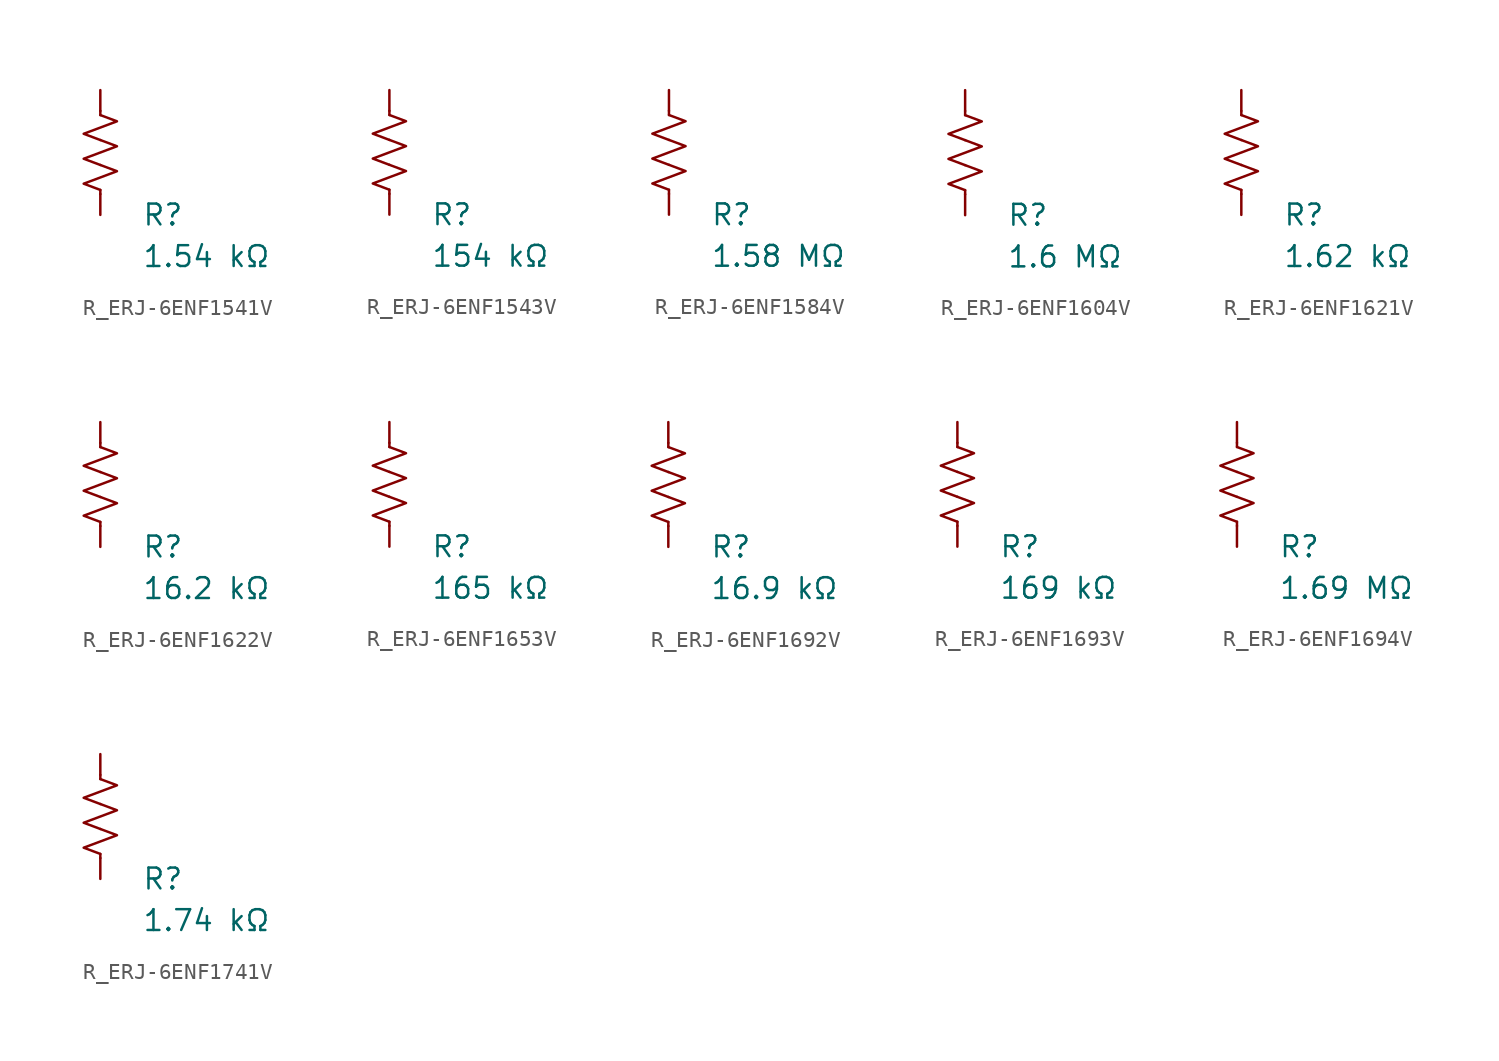
<source format=kicad_sym>
(kicad_symbol_lib
  (version 20231120)
  (generator "kicad_symbol_editor")
  (generator_version "8.0")
  (symbol "R_ERJ-6ENF1541V"
    (pin_numbers hide)
    (pin_names
      (offset 0))
    (property "Reference" "R"
      (at 2.54 -3.81 0)
      (effects (font (size 1.27 1.27)) (justify left))
      (show_name no))
    (property "Value" "1.54 kΩ"
      (at 2.54 -6.35 0)
      (effects (font (size 1.27 1.27)) (justify left))
      (show_name no))
    (symbol "R_ERJ-6ENF1541V_0_1"
      (polyline (pts (xy 0 -2.286) (xy 0 -2.54)) (stroke (width 0) (type default)) (fill (type none)))
      (polyline (pts (xy 0 2.286) (xy 0 2.54)) (stroke (width 0) (type default)) (fill (type none)))
      (polyline (pts (xy 0 -0.762) (xy 1.016 -1.143) (xy 0 -1.524) (xy -1.016 -1.905) (xy 0 -2.286)) (stroke (width 0) (type default)) (fill (type none)))
      (polyline (pts (xy 0 0.762) (xy 1.016 0.381) (xy 0 0) (xy -1.016 -0.381) (xy 0 -0.762)) (stroke (width 0) (type default)) (fill (type none)))
      (polyline (pts (xy 0 2.286) (xy 1.016 1.905) (xy 0 1.524) (xy -1.016 1.143) (xy 0 0.762)) (stroke (width 0) (type default)) (fill (type none))))
    (symbol "R_ERJ-6ENF1541V_1_1"
      (pin passive line (at 0 3.81 270) (length 1.27) (name "~" (effects (font (size 1.27 1.27)))) (number "1" (effects (font (size 1.27 1.27)))))
      (pin passive line (at 0 -3.81 90) (length 1.27) (name "~" (effects (font (size 1.27 1.27)))) (number "2" (effects (font (size 1.27 1.27)))))))
  (symbol "R_ERJ-6ENF1543V"
    (pin_numbers hide)
    (pin_names
      (offset 0))
    (property "Reference" "R"
      (at 2.54 -3.81 0)
      (effects (font (size 1.27 1.27)) (justify left))
      (show_name no))
    (property "Value" "154 kΩ"
      (at 2.54 -6.35 0)
      (effects (font (size 1.27 1.27)) (justify left))
      (show_name no))
    (symbol "R_ERJ-6ENF1543V_0_1"
      (polyline (pts (xy 0 -2.286) (xy 0 -2.54)) (stroke (width 0) (type default)) (fill (type none)))
      (polyline (pts (xy 0 2.286) (xy 0 2.54)) (stroke (width 0) (type default)) (fill (type none)))
      (polyline (pts (xy 0 -0.762) (xy 1.016 -1.143) (xy 0 -1.524) (xy -1.016 -1.905) (xy 0 -2.286)) (stroke (width 0) (type default)) (fill (type none)))
      (polyline (pts (xy 0 0.762) (xy 1.016 0.381) (xy 0 0) (xy -1.016 -0.381) (xy 0 -0.762)) (stroke (width 0) (type default)) (fill (type none)))
      (polyline (pts (xy 0 2.286) (xy 1.016 1.905) (xy 0 1.524) (xy -1.016 1.143) (xy 0 0.762)) (stroke (width 0) (type default)) (fill (type none))))
    (symbol "R_ERJ-6ENF1543V_1_1"
      (pin passive line (at 0 3.81 270) (length 1.27) (name "~" (effects (font (size 1.27 1.27)))) (number "1" (effects (font (size 1.27 1.27)))))
      (pin passive line (at 0 -3.81 90) (length 1.27) (name "~" (effects (font (size 1.27 1.27)))) (number "2" (effects (font (size 1.27 1.27)))))))
  (symbol "R_ERJ-6ENF1584V"
    (pin_numbers hide)
    (pin_names
      (offset 0))
    (property "Reference" "R"
      (at 2.54 -3.81 0)
      (effects (font (size 1.27 1.27)) (justify left))
      (show_name no))
    (property "Value" "1.58 MΩ"
      (at 2.54 -6.35 0)
      (effects (font (size 1.27 1.27)) (justify left))
      (show_name no))
    (symbol "R_ERJ-6ENF1584V_0_1"
      (polyline (pts (xy 0 -2.286) (xy 0 -2.54)) (stroke (width 0) (type default)) (fill (type none)))
      (polyline (pts (xy 0 2.286) (xy 0 2.54)) (stroke (width 0) (type default)) (fill (type none)))
      (polyline (pts (xy 0 -0.762) (xy 1.016 -1.143) (xy 0 -1.524) (xy -1.016 -1.905) (xy 0 -2.286)) (stroke (width 0) (type default)) (fill (type none)))
      (polyline (pts (xy 0 0.762) (xy 1.016 0.381) (xy 0 0) (xy -1.016 -0.381) (xy 0 -0.762)) (stroke (width 0) (type default)) (fill (type none)))
      (polyline (pts (xy 0 2.286) (xy 1.016 1.905) (xy 0 1.524) (xy -1.016 1.143) (xy 0 0.762)) (stroke (width 0) (type default)) (fill (type none))))
    (symbol "R_ERJ-6ENF1584V_1_1"
      (pin passive line (at 0 3.81 270) (length 1.27) (name "~" (effects (font (size 1.27 1.27)))) (number "1" (effects (font (size 1.27 1.27)))))
      (pin passive line (at 0 -3.81 90) (length 1.27) (name "~" (effects (font (size 1.27 1.27)))) (number "2" (effects (font (size 1.27 1.27)))))))
  (symbol "R_ERJ-6ENF1604V"
    (pin_numbers hide)
    (pin_names
      (offset 0))
    (property "Reference" "R"
      (at 2.54 -3.81 0)
      (effects (font (size 1.27 1.27)) (justify left))
      (show_name no))
    (property "Value" "1.6 MΩ"
      (at 2.54 -6.35 0)
      (effects (font (size 1.27 1.27)) (justify left))
      (show_name no))
    (symbol "R_ERJ-6ENF1604V_0_1"
      (polyline (pts (xy 0 -2.286) (xy 0 -2.54)) (stroke (width 0) (type default)) (fill (type none)))
      (polyline (pts (xy 0 2.286) (xy 0 2.54)) (stroke (width 0) (type default)) (fill (type none)))
      (polyline (pts (xy 0 -0.762) (xy 1.016 -1.143) (xy 0 -1.524) (xy -1.016 -1.905) (xy 0 -2.286)) (stroke (width 0) (type default)) (fill (type none)))
      (polyline (pts (xy 0 0.762) (xy 1.016 0.381) (xy 0 0) (xy -1.016 -0.381) (xy 0 -0.762)) (stroke (width 0) (type default)) (fill (type none)))
      (polyline (pts (xy 0 2.286) (xy 1.016 1.905) (xy 0 1.524) (xy -1.016 1.143) (xy 0 0.762)) (stroke (width 0) (type default)) (fill (type none))))
    (symbol "R_ERJ-6ENF1604V_1_1"
      (pin passive line (at 0 3.81 270) (length 1.27) (name "~" (effects (font (size 1.27 1.27)))) (number "1" (effects (font (size 1.27 1.27)))))
      (pin passive line (at 0 -3.81 90) (length 1.27) (name "~" (effects (font (size 1.27 1.27)))) (number "2" (effects (font (size 1.27 1.27)))))))
  (symbol "R_ERJ-6ENF1621V"
    (pin_numbers hide)
    (pin_names
      (offset 0))
    (property "Reference" "R"
      (at 2.54 -3.81 0)
      (effects (font (size 1.27 1.27)) (justify left))
      (show_name no))
    (property "Value" "1.62 kΩ"
      (at 2.54 -6.35 0)
      (effects (font (size 1.27 1.27)) (justify left))
      (show_name no))
    (symbol "R_ERJ-6ENF1621V_0_1"
      (polyline (pts (xy 0 -2.286) (xy 0 -2.54)) (stroke (width 0) (type default)) (fill (type none)))
      (polyline (pts (xy 0 2.286) (xy 0 2.54)) (stroke (width 0) (type default)) (fill (type none)))
      (polyline (pts (xy 0 -0.762) (xy 1.016 -1.143) (xy 0 -1.524) (xy -1.016 -1.905) (xy 0 -2.286)) (stroke (width 0) (type default)) (fill (type none)))
      (polyline (pts (xy 0 0.762) (xy 1.016 0.381) (xy 0 0) (xy -1.016 -0.381) (xy 0 -0.762)) (stroke (width 0) (type default)) (fill (type none)))
      (polyline (pts (xy 0 2.286) (xy 1.016 1.905) (xy 0 1.524) (xy -1.016 1.143) (xy 0 0.762)) (stroke (width 0) (type default)) (fill (type none))))
    (symbol "R_ERJ-6ENF1621V_1_1"
      (pin passive line (at 0 3.81 270) (length 1.27) (name "~" (effects (font (size 1.27 1.27)))) (number "1" (effects (font (size 1.27 1.27)))))
      (pin passive line (at 0 -3.81 90) (length 1.27) (name "~" (effects (font (size 1.27 1.27)))) (number "2" (effects (font (size 1.27 1.27)))))))
  (symbol "R_ERJ-6ENF1622V"
    (pin_numbers hide)
    (pin_names
      (offset 0))
    (property "Reference" "R"
      (at 2.54 -3.81 0)
      (effects (font (size 1.27 1.27)) (justify left))
      (show_name no))
    (property "Value" "16.2 kΩ"
      (at 2.54 -6.35 0)
      (effects (font (size 1.27 1.27)) (justify left))
      (show_name no))
    (symbol "R_ERJ-6ENF1622V_0_1"
      (polyline (pts (xy 0 -2.286) (xy 0 -2.54)) (stroke (width 0) (type default)) (fill (type none)))
      (polyline (pts (xy 0 2.286) (xy 0 2.54)) (stroke (width 0) (type default)) (fill (type none)))
      (polyline (pts (xy 0 -0.762) (xy 1.016 -1.143) (xy 0 -1.524) (xy -1.016 -1.905) (xy 0 -2.286)) (stroke (width 0) (type default)) (fill (type none)))
      (polyline (pts (xy 0 0.762) (xy 1.016 0.381) (xy 0 0) (xy -1.016 -0.381) (xy 0 -0.762)) (stroke (width 0) (type default)) (fill (type none)))
      (polyline (pts (xy 0 2.286) (xy 1.016 1.905) (xy 0 1.524) (xy -1.016 1.143) (xy 0 0.762)) (stroke (width 0) (type default)) (fill (type none))))
    (symbol "R_ERJ-6ENF1622V_1_1"
      (pin passive line (at 0 3.81 270) (length 1.27) (name "~" (effects (font (size 1.27 1.27)))) (number "1" (effects (font (size 1.27 1.27)))))
      (pin passive line (at 0 -3.81 90) (length 1.27) (name "~" (effects (font (size 1.27 1.27)))) (number "2" (effects (font (size 1.27 1.27)))))))
  (symbol "R_ERJ-6ENF1653V"
    (pin_numbers hide)
    (pin_names
      (offset 0))
    (property "Reference" "R"
      (at 2.54 -3.81 0)
      (effects (font (size 1.27 1.27)) (justify left))
      (show_name no))
    (property "Value" "165 kΩ"
      (at 2.54 -6.35 0)
      (effects (font (size 1.27 1.27)) (justify left))
      (show_name no))
    (symbol "R_ERJ-6ENF1653V_0_1"
      (polyline (pts (xy 0 -2.286) (xy 0 -2.54)) (stroke (width 0) (type default)) (fill (type none)))
      (polyline (pts (xy 0 2.286) (xy 0 2.54)) (stroke (width 0) (type default)) (fill (type none)))
      (polyline (pts (xy 0 -0.762) (xy 1.016 -1.143) (xy 0 -1.524) (xy -1.016 -1.905) (xy 0 -2.286)) (stroke (width 0) (type default)) (fill (type none)))
      (polyline (pts (xy 0 0.762) (xy 1.016 0.381) (xy 0 0) (xy -1.016 -0.381) (xy 0 -0.762)) (stroke (width 0) (type default)) (fill (type none)))
      (polyline (pts (xy 0 2.286) (xy 1.016 1.905) (xy 0 1.524) (xy -1.016 1.143) (xy 0 0.762)) (stroke (width 0) (type default)) (fill (type none))))
    (symbol "R_ERJ-6ENF1653V_1_1"
      (pin passive line (at 0 3.81 270) (length 1.27) (name "~" (effects (font (size 1.27 1.27)))) (number "1" (effects (font (size 1.27 1.27)))))
      (pin passive line (at 0 -3.81 90) (length 1.27) (name "~" (effects (font (size 1.27 1.27)))) (number "2" (effects (font (size 1.27 1.27)))))))
  (symbol "R_ERJ-6ENF1692V"
    (pin_numbers hide)
    (pin_names
      (offset 0))
    (property "Reference" "R"
      (at 2.54 -3.81 0)
      (effects (font (size 1.27 1.27)) (justify left))
      (show_name no))
    (property "Value" "16.9 kΩ"
      (at 2.54 -6.35 0)
      (effects (font (size 1.27 1.27)) (justify left))
      (show_name no))
    (symbol "R_ERJ-6ENF1692V_0_1"
      (polyline (pts (xy 0 -2.286) (xy 0 -2.54)) (stroke (width 0) (type default)) (fill (type none)))
      (polyline (pts (xy 0 2.286) (xy 0 2.54)) (stroke (width 0) (type default)) (fill (type none)))
      (polyline (pts (xy 0 -0.762) (xy 1.016 -1.143) (xy 0 -1.524) (xy -1.016 -1.905) (xy 0 -2.286)) (stroke (width 0) (type default)) (fill (type none)))
      (polyline (pts (xy 0 0.762) (xy 1.016 0.381) (xy 0 0) (xy -1.016 -0.381) (xy 0 -0.762)) (stroke (width 0) (type default)) (fill (type none)))
      (polyline (pts (xy 0 2.286) (xy 1.016 1.905) (xy 0 1.524) (xy -1.016 1.143) (xy 0 0.762)) (stroke (width 0) (type default)) (fill (type none))))
    (symbol "R_ERJ-6ENF1692V_1_1"
      (pin passive line (at 0 3.81 270) (length 1.27) (name "~" (effects (font (size 1.27 1.27)))) (number "1" (effects (font (size 1.27 1.27)))))
      (pin passive line (at 0 -3.81 90) (length 1.27) (name "~" (effects (font (size 1.27 1.27)))) (number "2" (effects (font (size 1.27 1.27)))))))
  (symbol "R_ERJ-6ENF1693V"
    (pin_numbers hide)
    (pin_names
      (offset 0))
    (property "Reference" "R"
      (at 2.54 -3.81 0)
      (effects (font (size 1.27 1.27)) (justify left))
      (show_name no))
    (property "Value" "169 kΩ"
      (at 2.54 -6.35 0)
      (effects (font (size 1.27 1.27)) (justify left))
      (show_name no))
    (symbol "R_ERJ-6ENF1693V_0_1"
      (polyline (pts (xy 0 -2.286) (xy 0 -2.54)) (stroke (width 0) (type default)) (fill (type none)))
      (polyline (pts (xy 0 2.286) (xy 0 2.54)) (stroke (width 0) (type default)) (fill (type none)))
      (polyline (pts (xy 0 -0.762) (xy 1.016 -1.143) (xy 0 -1.524) (xy -1.016 -1.905) (xy 0 -2.286)) (stroke (width 0) (type default)) (fill (type none)))
      (polyline (pts (xy 0 0.762) (xy 1.016 0.381) (xy 0 0) (xy -1.016 -0.381) (xy 0 -0.762)) (stroke (width 0) (type default)) (fill (type none)))
      (polyline (pts (xy 0 2.286) (xy 1.016 1.905) (xy 0 1.524) (xy -1.016 1.143) (xy 0 0.762)) (stroke (width 0) (type default)) (fill (type none))))
    (symbol "R_ERJ-6ENF1693V_1_1"
      (pin passive line (at 0 3.81 270) (length 1.27) (name "~" (effects (font (size 1.27 1.27)))) (number "1" (effects (font (size 1.27 1.27)))))
      (pin passive line (at 0 -3.81 90) (length 1.27) (name "~" (effects (font (size 1.27 1.27)))) (number "2" (effects (font (size 1.27 1.27)))))))
  (symbol "R_ERJ-6ENF1694V"
    (pin_numbers hide)
    (pin_names
      (offset 0))
    (property "Reference" "R"
      (at 2.54 -3.81 0)
      (effects (font (size 1.27 1.27)) (justify left))
      (show_name no))
    (property "Value" "1.69 MΩ"
      (at 2.54 -6.35 0)
      (effects (font (size 1.27 1.27)) (justify left))
      (show_name no))
    (symbol "R_ERJ-6ENF1694V_0_1"
      (polyline (pts (xy 0 -2.286) (xy 0 -2.54)) (stroke (width 0) (type default)) (fill (type none)))
      (polyline (pts (xy 0 2.286) (xy 0 2.54)) (stroke (width 0) (type default)) (fill (type none)))
      (polyline (pts (xy 0 -0.762) (xy 1.016 -1.143) (xy 0 -1.524) (xy -1.016 -1.905) (xy 0 -2.286)) (stroke (width 0) (type default)) (fill (type none)))
      (polyline (pts (xy 0 0.762) (xy 1.016 0.381) (xy 0 0) (xy -1.016 -0.381) (xy 0 -0.762)) (stroke (width 0) (type default)) (fill (type none)))
      (polyline (pts (xy 0 2.286) (xy 1.016 1.905) (xy 0 1.524) (xy -1.016 1.143) (xy 0 0.762)) (stroke (width 0) (type default)) (fill (type none))))
    (symbol "R_ERJ-6ENF1694V_1_1"
      (pin passive line (at 0 3.81 270) (length 1.27) (name "~" (effects (font (size 1.27 1.27)))) (number "1" (effects (font (size 1.27 1.27)))))
      (pin passive line (at 0 -3.81 90) (length 1.27) (name "~" (effects (font (size 1.27 1.27)))) (number "2" (effects (font (size 1.27 1.27)))))))
  (symbol "R_ERJ-6ENF1741V"
    (pin_numbers hide)
    (pin_names
      (offset 0))
    (property "Reference" "R"
      (at 2.54 -3.81 0)
      (effects (font (size 1.27 1.27)) (justify left))
      (show_name no))
    (property "Value" "1.74 kΩ"
      (at 2.54 -6.35 0)
      (effects (font (size 1.27 1.27)) (justify left))
      (show_name no))
    (symbol "R_ERJ-6ENF1741V_0_1"
      (polyline (pts (xy 0 -2.286) (xy 0 -2.54)) (stroke (width 0) (type default)) (fill (type none)))
      (polyline (pts (xy 0 2.286) (xy 0 2.54)) (stroke (width 0) (type default)) (fill (type none)))
      (polyline (pts (xy 0 -0.762) (xy 1.016 -1.143) (xy 0 -1.524) (xy -1.016 -1.905) (xy 0 -2.286)) (stroke (width 0) (type default)) (fill (type none)))
      (polyline (pts (xy 0 0.762) (xy 1.016 0.381) (xy 0 0) (xy -1.016 -0.381) (xy 0 -0.762)) (stroke (width 0) (type default)) (fill (type none)))
      (polyline (pts (xy 0 2.286) (xy 1.016 1.905) (xy 0 1.524) (xy -1.016 1.143) (xy 0 0.762)) (stroke (width 0) (type default)) (fill (type none))))
    (symbol "R_ERJ-6ENF1741V_1_1"
      (pin passive line (at 0 3.81 270) (length 1.27) (name "~" (effects (font (size 1.27 1.27)))) (number "1" (effects (font (size 1.27 1.27)))))
      (pin passive line (at 0 -3.81 90) (length 1.27) (name "~" (effects (font (size 1.27 1.27)))) (number "2" (effects (font (size 1.27 1.27))))))))
</source>
